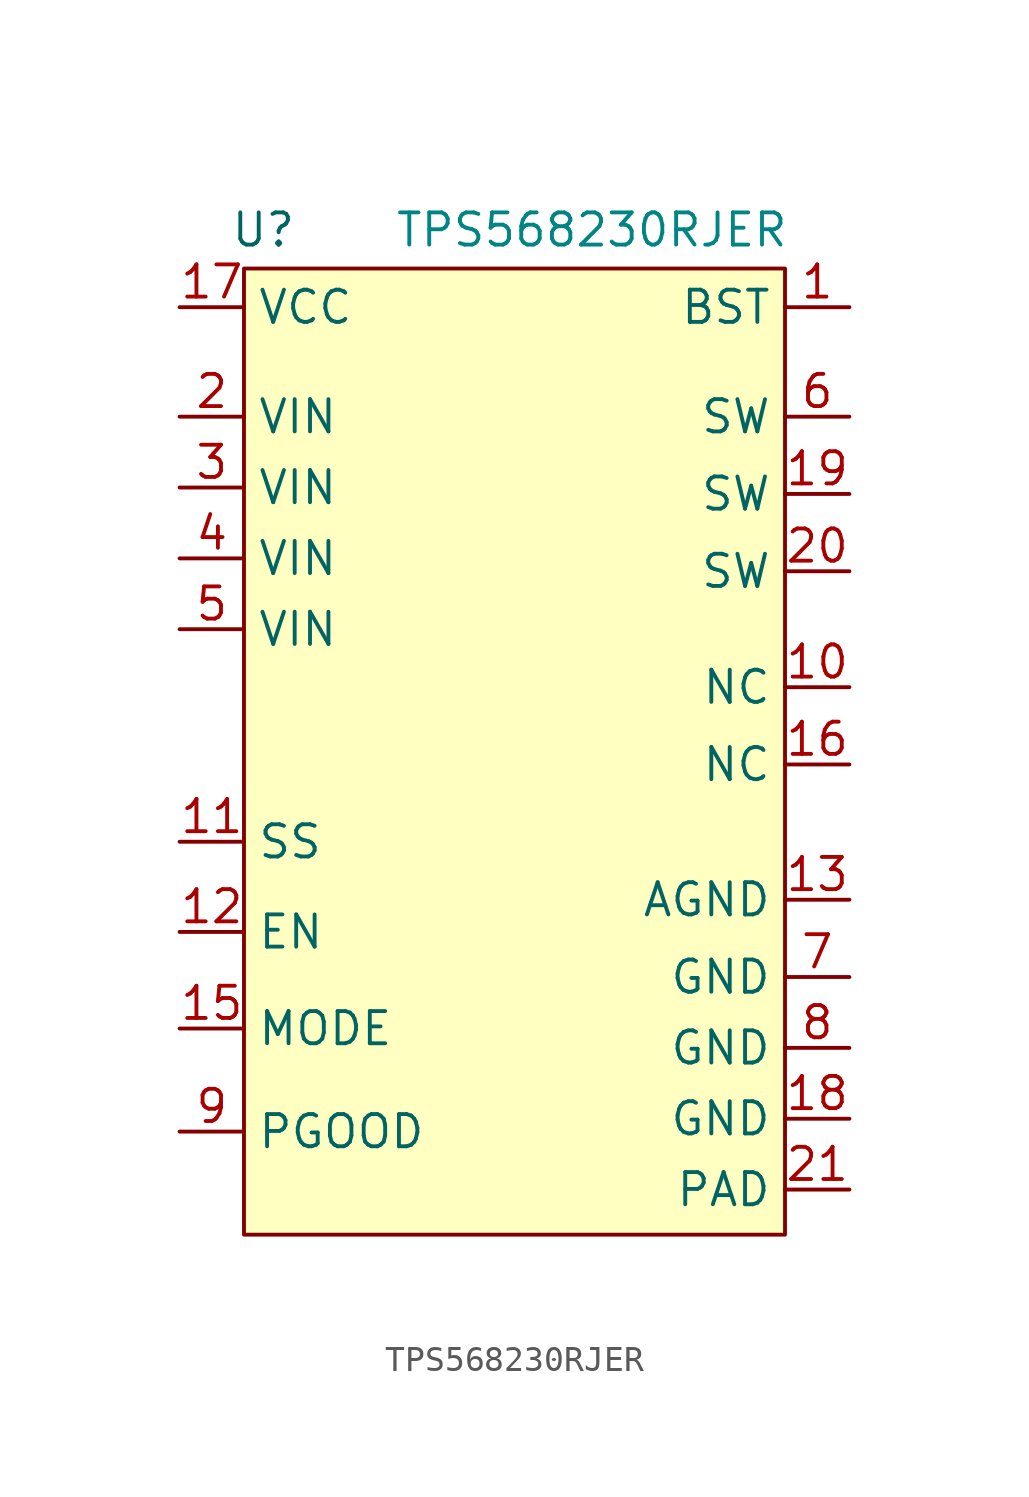
<source format=kicad_sym>
(kicad_symbol_lib
  (version 20220914)
  (generator kicad_symbol_editor)
  (symbol "TPS568230RJER"
    (property "Reference" "U"
      (at -9.906 20.32 0)
      (effects (font (size 1.27 1.27))))
    (property "Value" ""
      (at 0 0 0)
      (effects (font (size 1.27 1.27))))
    (symbol "TPS568230RJER_1_1"
      (rectangle (start -10.668 18.796) (end 10.668 -19.304) (stroke (width 0) (type default)) (fill (type background)))
      (text "TPS568230RJER" (at 3.048 20.32 0) (effects (font (size 1.27 1.27) (color 0 132 132 1))))
      (pin input line (at 13.208 17.272 180) (length 2.54) (name "BST" (effects (font (size 1.27 1.27)))) (number "1" (effects (font (size 1.27 1.27)))))
      (pin free line (at 13.208 2.286 180) (length 2.54) (name "NC" (effects (font (size 1.27 1.27)))) (number "10" (effects (font (size 1.27 1.27)))))
      (pin input line (at -13.208 -3.81 0) (length 2.54) (name "SS" (effects (font (size 1.27 1.27)))) (number "11" (effects (font (size 1.27 1.27)))))
      (pin input line (at -13.208 -7.366 0) (length 2.54) (name "EN" (effects (font (size 1.27 1.27)))) (number "12" (effects (font (size 1.27 1.27)))))
      (pin power_in line (at 13.208 -6.096 180) (length 2.54) (name "AGND" (effects (font (size 1.27 1.27)))) (number "13" (effects (font (size 1.27 1.27)))))
      (pin input line (at -13.208 -11.176 0) (length 2.54) (name "MODE" (effects (font (size 1.27 1.27)))) (number "15" (effects (font (size 1.27 1.27)))))
      (pin free line (at 13.208 -0.762 180) (length 2.54) (name "NC" (effects (font (size 1.27 1.27)))) (number "16" (effects (font (size 1.27 1.27)))))
      (pin power_in line (at -13.208 17.272 0) (length 2.54) (name "VCC" (effects (font (size 1.27 1.27)))) (number "17" (effects (font (size 1.27 1.27)))))
      (pin power_in line (at 13.208 -14.732 180) (length 2.54) (name "GND" (effects (font (size 1.27 1.27)))) (number "18" (effects (font (size 1.27 1.27)))))
      (pin output line (at 13.208 9.906 180) (length 2.54) (name "SW" (effects (font (size 1.27 1.27)))) (number "19" (effects (font (size 1.27 1.27)))))
      (pin power_in line (at -13.208 12.954 0) (length 2.54) (name "VIN" (effects (font (size 1.27 1.27)))) (number "2" (effects (font (size 1.27 1.27)))))
      (pin output line (at 13.208 6.858 180) (length 2.54) (name "SW" (effects (font (size 1.27 1.27)))) (number "20" (effects (font (size 1.27 1.27)))))
      (pin power_in line (at 13.208 -17.526 180) (length 2.54) (name "PAD" (effects (font (size 1.27 1.27)))) (number "21" (effects (font (size 1.27 1.27)))))
      (pin power_in line (at -13.208 10.16 0) (length 2.54) (name "VIN" (effects (font (size 1.27 1.27)))) (number "3" (effects (font (size 1.27 1.27)))))
      (pin power_in line (at -13.208 7.366 0) (length 2.54) (name "VIN" (effects (font (size 1.27 1.27)))) (number "4" (effects (font (size 1.27 1.27)))))
      (pin power_in line (at -13.208 4.572 0) (length 2.54) (name "VIN" (effects (font (size 1.27 1.27)))) (number "5" (effects (font (size 1.27 1.27)))))
      (pin output line (at 13.208 12.954 180) (length 2.54) (name "SW" (effects (font (size 1.27 1.27)))) (number "6" (effects (font (size 1.27 1.27)))))
      (pin power_in line (at 13.208 -9.144 180) (length 2.54) (name "GND" (effects (font (size 1.27 1.27)))) (number "7" (effects (font (size 1.27 1.27)))))
      (pin power_in line (at 13.208 -11.938 180) (length 2.54) (name "GND" (effects (font (size 1.27 1.27)))) (number "8" (effects (font (size 1.27 1.27)))))
      (pin output line (at -13.208 -15.24 0) (length 2.54) (name "PGOOD" (effects (font (size 1.27 1.27)))) (number "9" (effects (font (size 1.27 1.27))))))))
</source>
